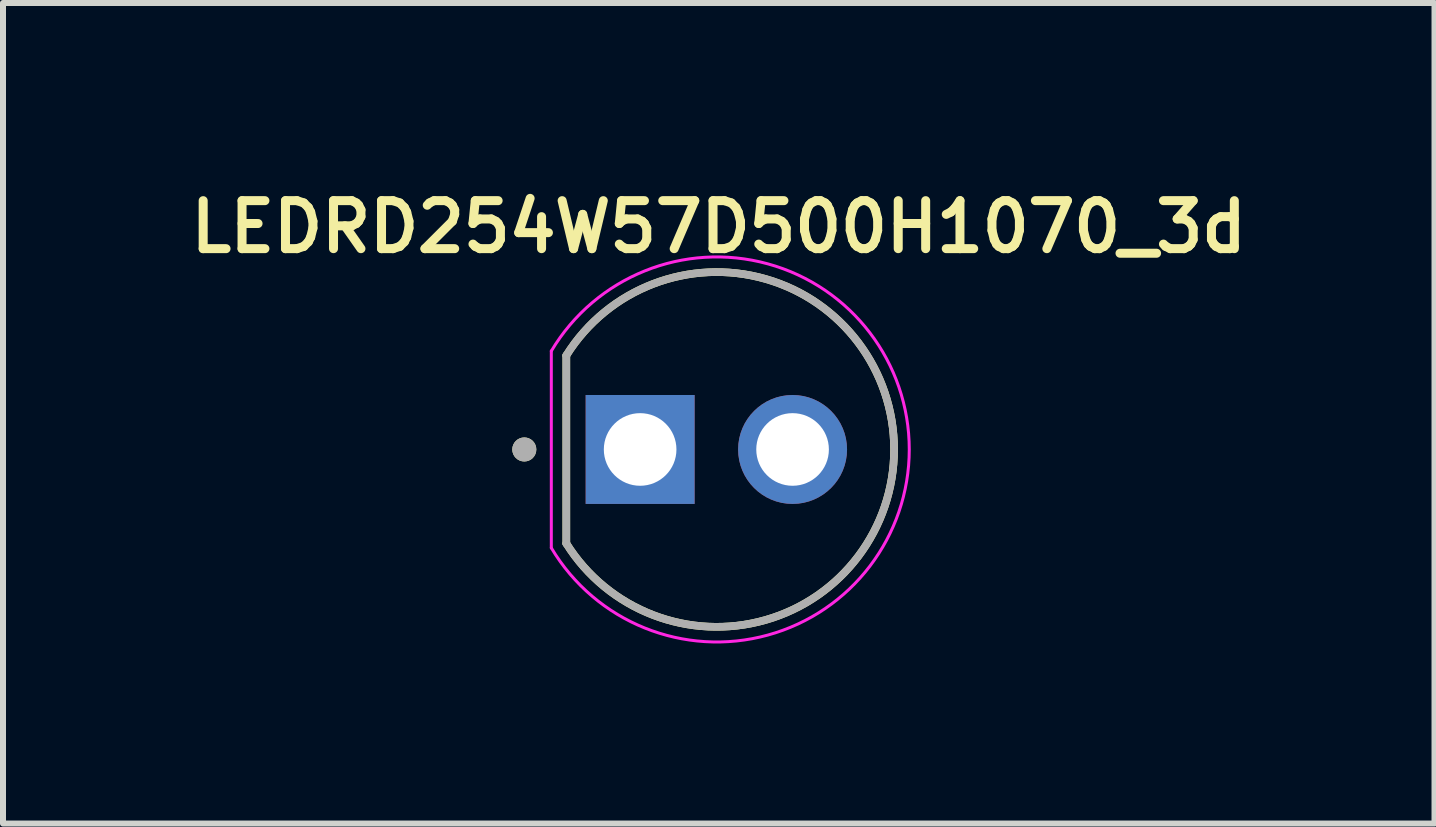
<source format=kicad_pcb>
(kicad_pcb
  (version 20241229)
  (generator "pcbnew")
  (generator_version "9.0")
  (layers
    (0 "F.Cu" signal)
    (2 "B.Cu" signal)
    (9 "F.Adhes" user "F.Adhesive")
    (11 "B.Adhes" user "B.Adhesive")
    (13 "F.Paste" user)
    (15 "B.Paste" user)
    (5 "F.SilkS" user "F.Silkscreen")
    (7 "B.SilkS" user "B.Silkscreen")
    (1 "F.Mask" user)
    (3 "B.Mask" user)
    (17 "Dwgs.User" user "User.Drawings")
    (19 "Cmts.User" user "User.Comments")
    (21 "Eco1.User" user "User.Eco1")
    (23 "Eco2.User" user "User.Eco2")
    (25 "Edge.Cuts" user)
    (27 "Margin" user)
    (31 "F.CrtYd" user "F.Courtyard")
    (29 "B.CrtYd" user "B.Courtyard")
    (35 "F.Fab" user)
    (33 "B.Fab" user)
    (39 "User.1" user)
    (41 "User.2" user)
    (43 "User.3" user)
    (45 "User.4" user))
  (footprint "LEDRD254W57D500H1070_3d"
    (layer "F.Cu")
    (at 8.886 4.439)
    (property "Reference" "LEDRD254W57D500H1070_3d" (at 0.04 -3.708 0) (layer "F.SilkS") (effects (font (size 0.8 0.8) (thickness 0.15))))
    (attr through_hole)
    (fp_line (start -2.5 -1.566) (end -2.5 1.566) (stroke (width 0.127) (type solid)) (layer "F.SilkS"))
    (fp_arc (start -2.5 -1.566) (mid 2.961291 0) (end -2.5 1.566) (stroke (width 0.127) (type solid)) (layer "F.SilkS"))
    (fp_circle (center -3.2 0) (end -3.1 0) (stroke (width 0.2) (type solid)) (fill no) (layer "F.SilkS"))
    (fp_line (start -2.75 -1.64) (end -2.75 1.64) (stroke (width 0.05) (type solid)) (layer "F.CrtYd"))
    (fp_arc (start -2.75 -1.64) (mid 3.214145 0) (end -2.75 1.64) (stroke (width 0.05) (type solid)) (layer "F.CrtYd"))
    (fp_line (start -2.5 -1.566) (end -2.5 1.566) (stroke (width 0.127) (type solid)) (layer "F.Fab"))
    (fp_arc (start -2.5 -1.566) (mid 2.961291 0) (end -2.5 1.566) (stroke (width 0.127) (type solid)) (layer "F.Fab"))
    (fp_circle (center -3.2 0) (end -3.1 0) (stroke (width 0.2) (type solid)) (fill no) (layer "F.Fab"))
    (pad "A" thru_hole circle (at 1.27 0) (size 1.815 1.815) (drill 1.21) (layers "*.Cu" "*.Mask"))
    (pad "C" thru_hole rect (at -1.27 0) (size 1.815 1.815) (drill 1.21) (layers "*.Cu" "*.Mask")))
  (gr_rect
    (start -3 -3)
    (end 20.852 10.672)
    (stroke (width 0.1) (type default))
    (fill no)
    (layer "Edge.Cuts")))
</source>
